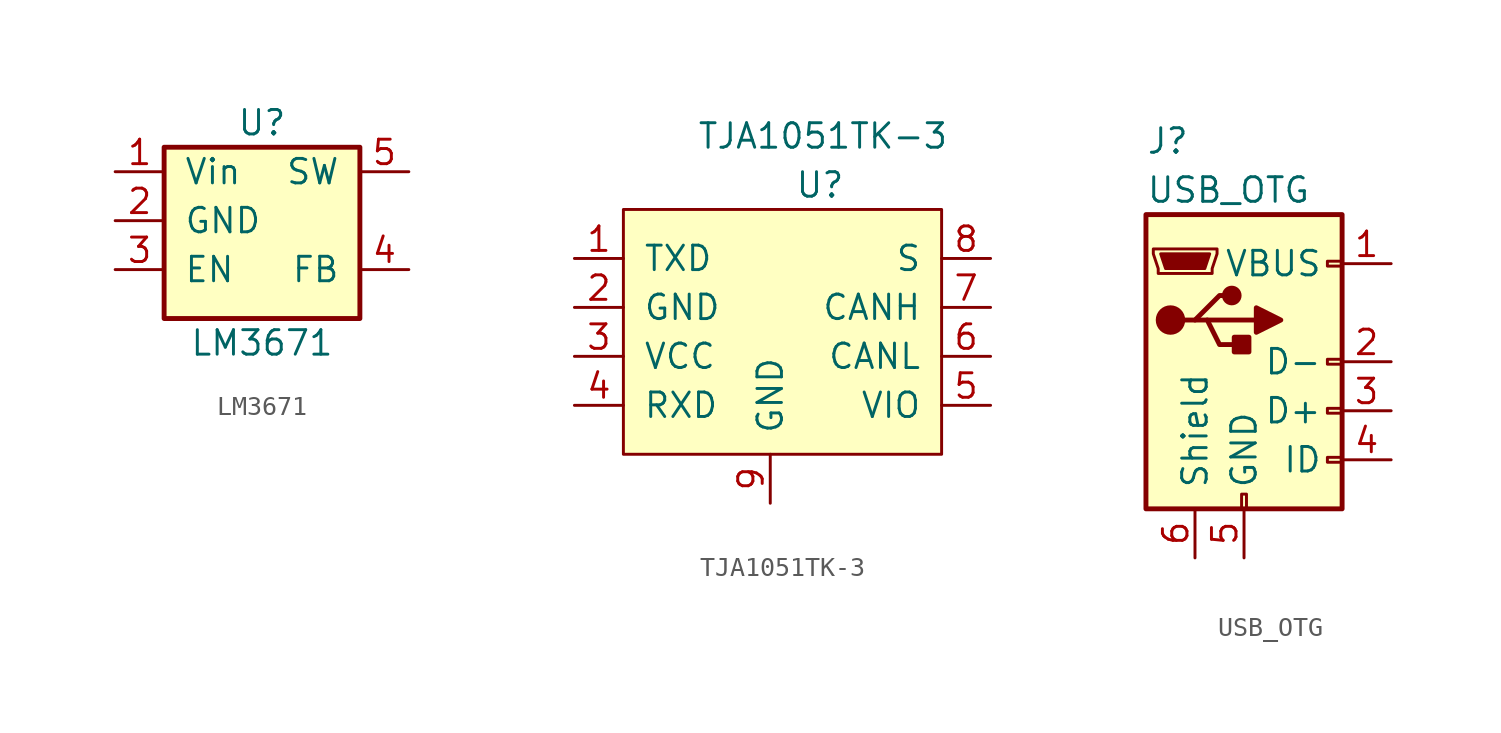
<source format=kicad_sym>
(kicad_symbol_lib
  (version 20231120)
  (generator "kicad_symbol_editor")
  (generator_version "8.0")
  (symbol "LM3671"
    (pin_names
      (offset 1.016))
    (property "Reference" "U"
      (at 0 5.08 0)
      (effects (font (size 1.27 1.27))))
    (property "Value" "LM3671"
      (at 0 -6.35 0)
      (effects (font (size 1.27 1.27))))
    (symbol "LM3671_1_1"
      (rectangle (start -5.08 3.81) (end 5.08 -5.08) (stroke (width 0.254) (type solid)) (fill (type background)))
      (pin power_in line (at -7.62 2.54 0) (length 2.54) (name "Vin" (effects (font (size 1.27 1.27)))) (number "1" (effects (font (size 1.27 1.27)))))
      (pin power_in line (at -7.62 0 0) (length 2.54) (name "GND" (effects (font (size 1.27 1.27)))) (number "2" (effects (font (size 1.27 1.27)))))
      (pin input line (at -7.62 -2.54 0) (length 2.54) (name "EN" (effects (font (size 1.27 1.27)))) (number "3" (effects (font (size 1.27 1.27)))))
      (pin input line (at 7.62 -2.54 180) (length 2.54) (name "FB" (effects (font (size 1.27 1.27)))) (number "4" (effects (font (size 1.27 1.27)))))
      (pin input line (at 7.62 2.54 180) (length 2.54) (name "SW" (effects (font (size 1.27 1.27)))) (number "5" (effects (font (size 1.27 1.27)))))))
  (symbol "TJA1051TK-3"
    (pin_names
      (offset 1.016))
    (property "Reference" "U"
      (at -1.27 8.89 0)
      (effects (font (size 1.27 1.27)) (justify left)))
    (property "Value" "TJA1051TK-3"
      (at -6.35 11.43 0)
      (effects (font (size 1.27 1.27)) (justify left)))
    (symbol "TJA1051TK-3_0_1"
      (rectangle (start -10.16 7.62) (end 6.35 -5.08) (stroke (width 0) (type solid)) (fill (type background))))
    (symbol "TJA1051TK-3_1_1"
      (pin input line (at -12.7 5.08 0) (length 2.54) (name "TXD" (effects (font (size 1.27 1.27)))) (number "1" (effects (font (size 1.27 1.27)))))
      (pin power_in line (at -12.7 2.54 0) (length 2.54) (name "GND" (effects (font (size 1.27 1.27)))) (number "2" (effects (font (size 1.27 1.27)))))
      (pin power_in line (at -12.7 0 0) (length 2.54) (name "VCC" (effects (font (size 1.27 1.27)))) (number "3" (effects (font (size 1.27 1.27)))))
      (pin output line (at -12.7 -2.54 0) (length 2.54) (name "RXD" (effects (font (size 1.27 1.27)))) (number "4" (effects (font (size 1.27 1.27)))))
      (pin power_in line (at 8.89 -2.54 180) (length 2.54) (name "VIO" (effects (font (size 1.27 1.27)))) (number "5" (effects (font (size 1.27 1.27)))))
      (pin bidirectional line (at 8.89 0 180) (length 2.54) (name "CANL" (effects (font (size 1.27 1.27)))) (number "6" (effects (font (size 1.27 1.27)))))
      (pin bidirectional line (at 8.89 2.54 180) (length 2.54) (name "CANH" (effects (font (size 1.27 1.27)))) (number "7" (effects (font (size 1.27 1.27)))))
      (pin input line (at 8.89 5.08 180) (length 2.54) (name "S" (effects (font (size 1.27 1.27)))) (number "8" (effects (font (size 1.27 1.27)))))
      (pin power_in line (at -2.54 -7.62 90) (length 2.54) (name "GND" (effects (font (size 1.27 1.27)))) (number "9" (effects (font (size 1.27 1.27)))))))
  (symbol "USB_OTG"
    (pin_names
      (offset 1.016))
    (property "Reference" "J"
      (at -5.08 11.43 0)
      (effects (font (size 1.27 1.27)) (justify left)))
    (property "Value" "USB_OTG"
      (at -5.08 8.89 0)
      (effects (font (size 1.27 1.27)) (justify left)))
    (symbol "USB_OTG_0_1"
      (rectangle (start -5.08 -7.62) (end 5.08 7.62) (stroke (width 0.254) (type solid)) (fill (type background)))
      (circle (center -3.81 2.159) (radius 0.635) (stroke (width 0.254) (type solid)) (fill (type outline)))
      (circle (center -0.635 3.429) (radius 0.381) (stroke (width 0.254) (type solid)) (fill (type outline)))
      (rectangle (start -0.127 -7.62) (end 0.127 -6.858) (stroke (width 0) (type solid)) (fill (type none)))
      (polyline (pts (xy -1.905 2.159) (xy 0.635 2.159)) (stroke (width 0.254) (type solid)) (fill (type none)))
      (polyline (pts (xy -3.175 2.159) (xy -2.54 2.159) (xy -1.27 3.429) (xy -0.635 3.429)) (stroke (width 0.254) (type solid)) (fill (type none)))
      (polyline (pts (xy -2.54 2.159) (xy -1.905 2.159) (xy -1.27 0.889) (xy 0 0.889)) (stroke (width 0.254) (type solid)) (fill (type none)))
      (polyline (pts (xy 0.635 2.794) (xy 0.635 1.524) (xy 1.905 2.159) (xy 0.635 2.794)) (stroke (width 0.254) (type solid)) (fill (type outline)))
      (polyline (pts (xy -4.318 5.588) (xy -1.778 5.588) (xy -2.032 4.826) (xy -4.064 4.826) (xy -4.318 5.588)) (stroke (width 0) (type solid)) (fill (type outline)))
      (polyline (pts (xy -4.699 5.842) (xy -4.699 5.588) (xy -4.445 4.826) (xy -4.445 4.572) (xy -1.651 4.572) (xy -1.651 4.826) (xy -1.397 5.588) (xy -1.397 5.842) (xy -4.699 5.842)) (stroke (width 0) (type solid)) (fill (type none)))
      (rectangle (start 0.254 1.27) (end -0.508 0.508) (stroke (width 0.254) (type solid)) (fill (type outline)))
      (rectangle (start 5.08 -5.207) (end 4.318 -4.953) (stroke (width 0) (type solid)) (fill (type none)))
      (rectangle (start 5.08 -2.667) (end 4.318 -2.413) (stroke (width 0) (type solid)) (fill (type none)))
      (rectangle (start 5.08 -0.127) (end 4.318 0.127) (stroke (width 0) (type solid)) (fill (type none)))
      (rectangle (start 5.08 4.953) (end 4.318 5.207) (stroke (width 0) (type solid)) (fill (type none))))
    (symbol "USB_OTG_1_1"
      (pin passive line (at 7.62 5.08 180) (length 2.54) (name "VBUS" (effects (font (size 1.27 1.27)))) (number "1" (effects (font (size 1.27 1.27)))))
      (pin passive line (at 7.62 0 180) (length 2.54) (name "D-" (effects (font (size 1.27 1.27)))) (number "2" (effects (font (size 1.27 1.27)))))
      (pin passive line (at 7.62 -2.54 180) (length 2.54) (name "D+" (effects (font (size 1.27 1.27)))) (number "3" (effects (font (size 1.27 1.27)))))
      (pin passive line (at 7.62 -5.08 180) (length 2.54) (name "ID" (effects (font (size 1.27 1.27)))) (number "4" (effects (font (size 1.27 1.27)))))
      (pin power_in line (at 0 -10.16 90) (length 2.54) (name "GND" (effects (font (size 1.27 1.27)))) (number "5" (effects (font (size 1.27 1.27)))))
      (pin passive line (at -2.54 -10.16 90) (length 2.54) (name "Shield" (effects (font (size 1.27 1.27)))) (number "6" (effects (font (size 1.27 1.27))))))))
</source>
